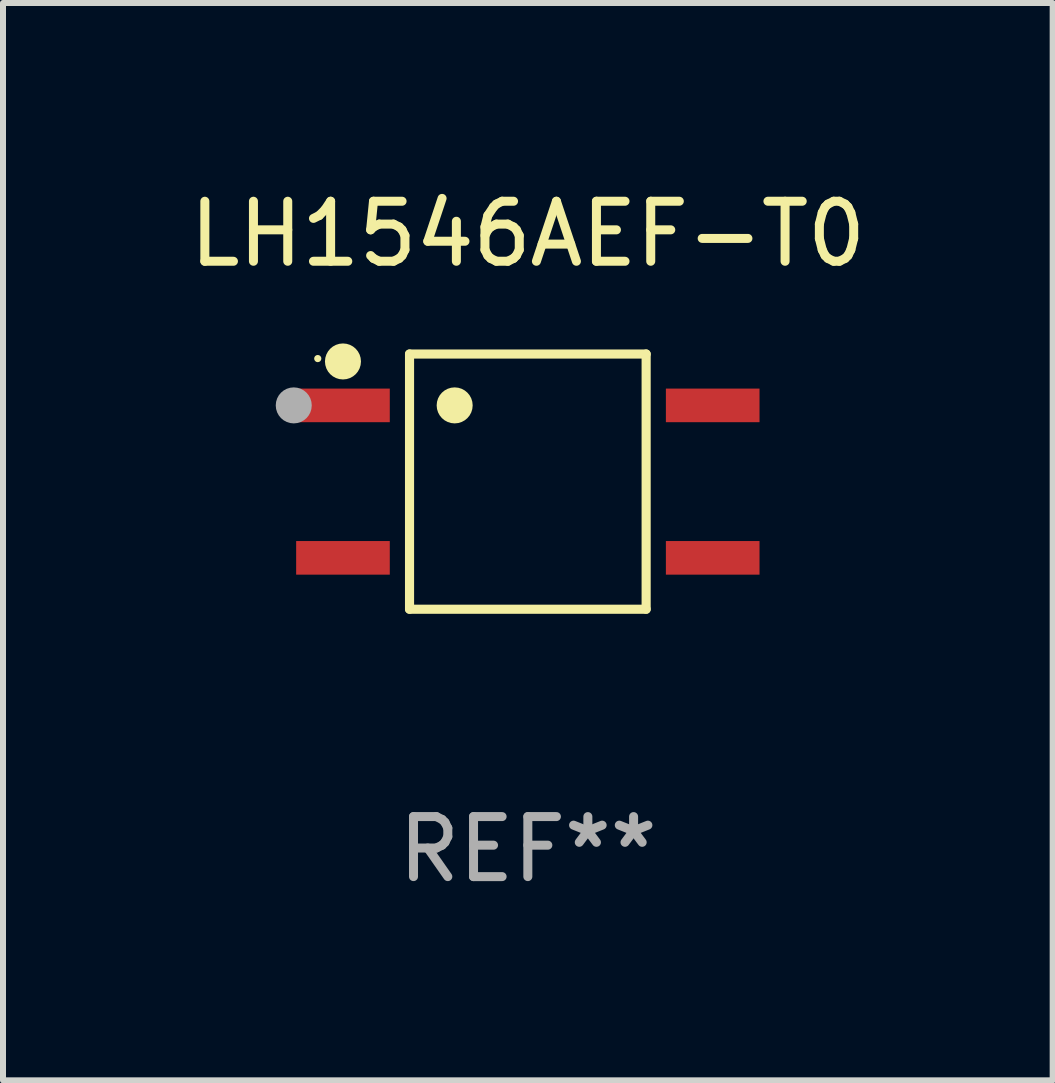
<source format=kicad_pcb>
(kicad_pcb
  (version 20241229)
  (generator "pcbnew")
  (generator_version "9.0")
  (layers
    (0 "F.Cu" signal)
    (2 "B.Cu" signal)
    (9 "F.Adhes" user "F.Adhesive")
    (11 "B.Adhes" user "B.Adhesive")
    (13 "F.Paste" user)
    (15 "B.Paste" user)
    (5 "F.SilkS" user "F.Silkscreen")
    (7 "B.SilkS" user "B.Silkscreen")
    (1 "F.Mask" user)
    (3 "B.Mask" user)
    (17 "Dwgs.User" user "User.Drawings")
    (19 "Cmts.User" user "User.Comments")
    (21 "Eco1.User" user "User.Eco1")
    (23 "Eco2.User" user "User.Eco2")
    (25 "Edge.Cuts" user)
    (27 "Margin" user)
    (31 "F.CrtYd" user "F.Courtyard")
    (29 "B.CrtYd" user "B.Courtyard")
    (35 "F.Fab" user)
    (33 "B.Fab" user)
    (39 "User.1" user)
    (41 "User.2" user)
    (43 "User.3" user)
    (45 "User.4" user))
  (footprint "LH1546AEF-T0"
    (layer "F.Cu")
    (at 5.744 4.974)
    (property "Reference" "LH1546AEF-T0" (at 0 -4.126 0) (layer "F.SilkS") (effects (font (size 1 1) (thickness 0.15))))
    (attr through_hole)
    (fp_line (start -1.971 -2.126) (end 1.971 -2.126) (stroke (width 0.152) (type solid)) (layer "F.SilkS"))
    (fp_line (start -1.971 2.126) (end -1.971 -2.126) (stroke (width 0.152) (type solid)) (layer "F.SilkS"))
    (fp_line (start 1.971 -2.126) (end 1.971 2.126) (stroke (width 0.152) (type solid)) (layer "F.SilkS"))
    (fp_line (start 1.971 2.126) (end -1.971 2.126) (stroke (width 0.152) (type solid)) (layer "F.SilkS"))
    (fp_circle (center -3.5 -2.05) (end -3.47 -2.05) (stroke (width 0.06) (type solid)) (fill no) (layer "F.SilkS"))
    (fp_circle (center -3.08 -2.002) (end -2.93 -2.002) (stroke (width 0.3) (type solid)) (fill no) (layer "F.SilkS"))
    (fp_circle (center -1.219 -1.27) (end -1.069 -1.27) (stroke (width 0.3) (type solid)) (fill no) (layer "F.SilkS"))
    (fp_circle (center -3.9 -1.27) (end -3.75 -1.27) (stroke (width 0.3) (type solid)) (fill no) (layer "F.Fab"))
    (fp_text user "REF**" (at 0 6.126 0) (layer "F.Fab") (effects (font (size 1 1) (thickness 0.15))))
    (pad "1" smd rect (at -3.08 -1.27 270) (size 0.56 1.56) (layers "F.Cu" "F.Mask" "F.Paste"))
    (pad "2" smd rect (at -3.08 1.27 270) (size 0.56 1.56) (layers "F.Cu" "F.Mask" "F.Paste"))
    (pad "3" smd rect (at 3.08 1.27 270) (size 0.56 1.56) (layers "F.Cu" "F.Mask" "F.Paste"))
    (pad "4" smd rect (at 3.08 -1.27 270) (size 0.56 1.56) (layers "F.Cu" "F.Mask" "F.Paste")))
  (gr_rect
    (start -3 -3)
    (end 14.488 14.949)
    (stroke (width 0.1) (type default))
    (fill no)
    (layer "Edge.Cuts")))
</source>
